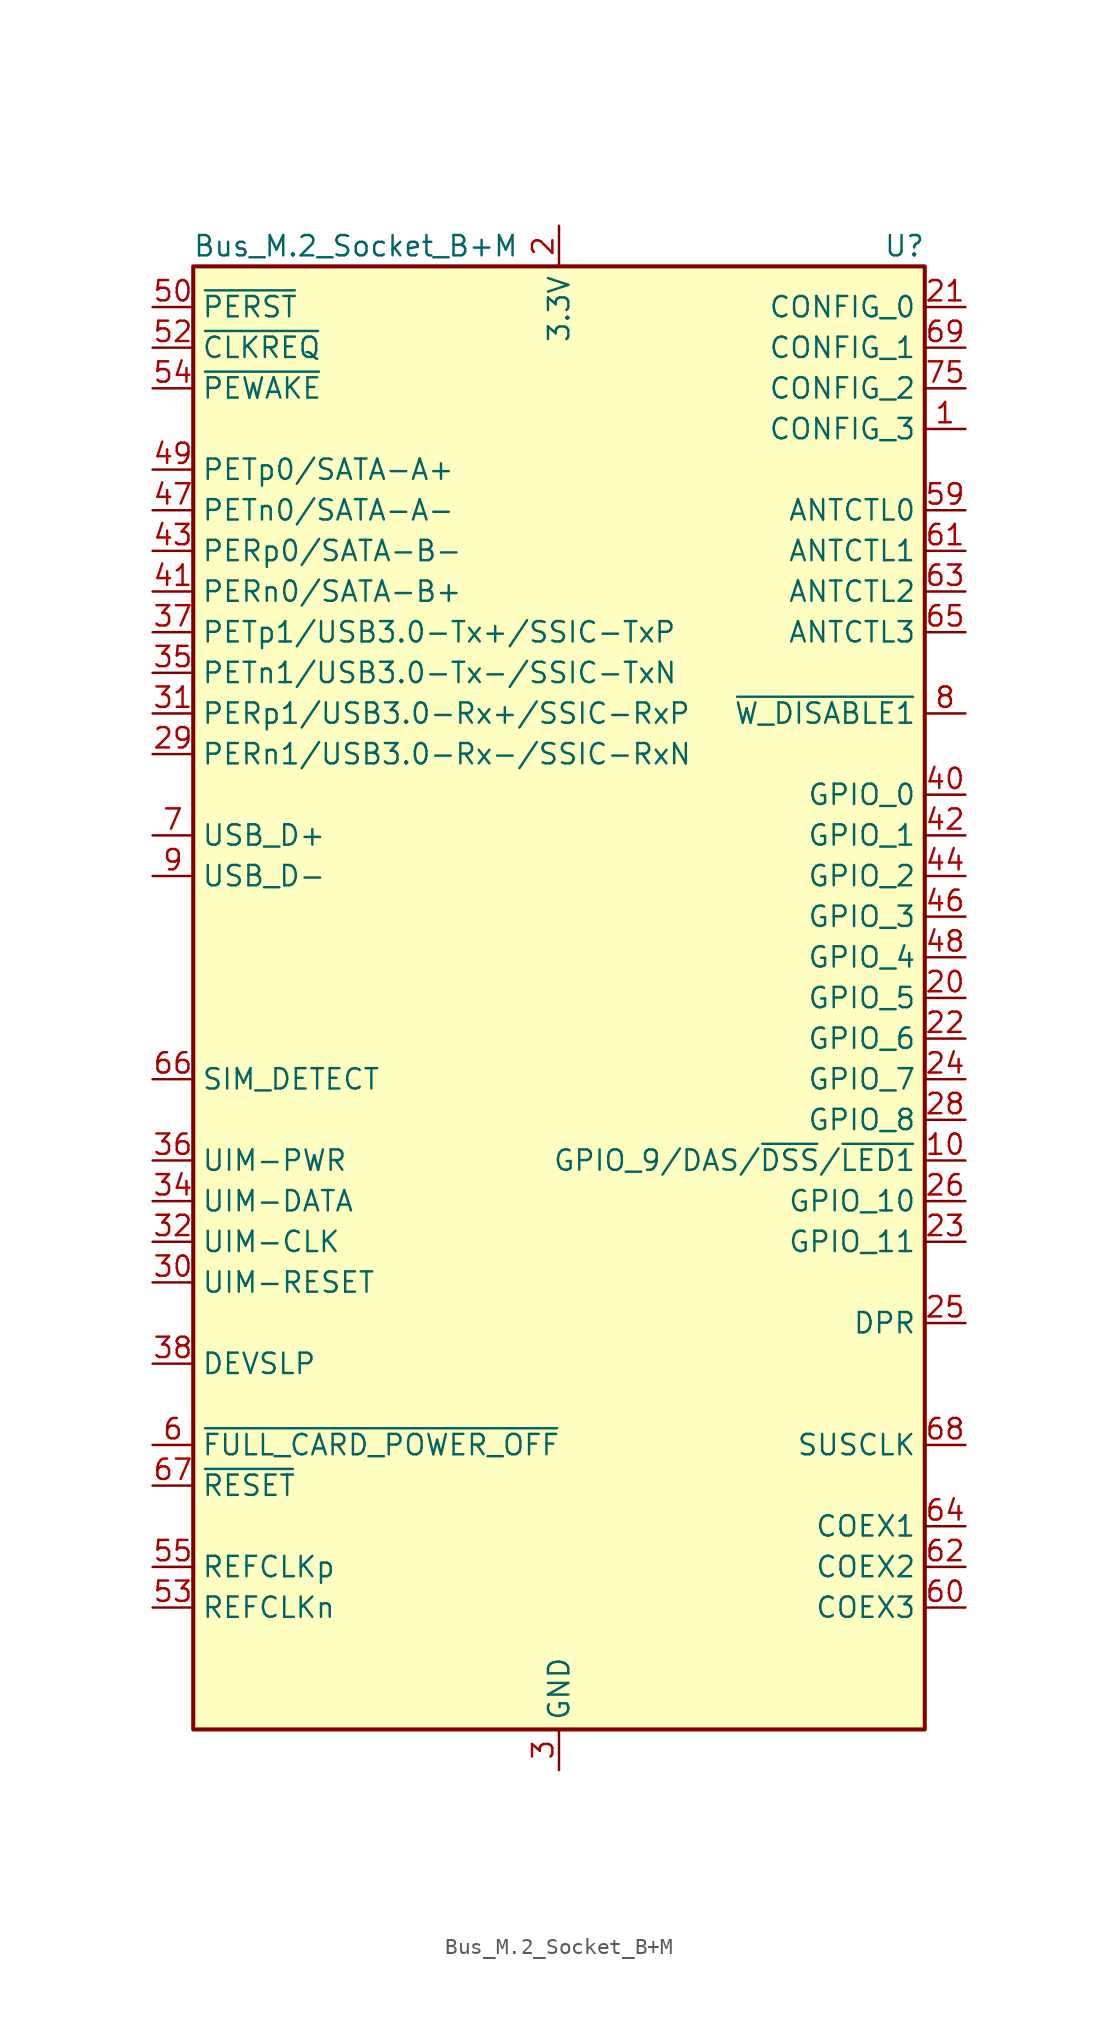
<source format=kicad_sym>
(kicad_symbol_lib
  (version 20211014)
  (generator kicad_symbol_editor)
  (symbol "Bus_M.2_Socket_B+M"
    (property "Reference" "U"
      (at 21.59 46.99 0)
      (effects (font (size 1.27 1.27))))
    (property "Value" "Bus_M.2_Socket_B+M"
      (at -12.7 46.99 0)
      (effects (font (size 1.27 1.27))))
    (symbol "Bus_M.2_Socket_B+M_0_1"
      (rectangle (start -22.86 45.72) (end 22.86 -45.72) (stroke (width 0.254) (type default) (color 0 0 0 0)) (fill (type background))))
    (symbol "Bus_M.2_Socket_B+M_1_1"
      (pin input line (at 25.4 35.56 180) (length 2.54) (name "CONFIG_3" (effects (font (size 1.27 1.27)))) (number "1" (effects (font (size 1.27 1.27)))))
      (pin bidirectional line (at 25.4 -10.16 180) (length 2.54) (name "GPIO_9/DAS/~{DSS}/~{LED1}" (effects (font (size 1.27 1.27)))) (number "10" (effects (font (size 1.27 1.27)))))
      (pin passive line (at 0 -48.26 90) (length 2.54) hide (name "GND" (effects (font (size 1.27 1.27)))) (number "11" (effects (font (size 1.27 1.27)))))
      (pin power_in line (at 0 48.26 270) (length 2.54) (name "3.3V" (effects (font (size 1.27 1.27)))) (number "2" (effects (font (size 1.27 1.27)))))
      (pin bidirectional line (at 25.4 0 180) (length 2.54) (name "GPIO_5" (effects (font (size 1.27 1.27)))) (number "20" (effects (font (size 1.27 1.27)))))
      (pin input line (at 25.4 43.18 180) (length 2.54) (name "CONFIG_0" (effects (font (size 1.27 1.27)))) (number "21" (effects (font (size 1.27 1.27)))))
      (pin bidirectional line (at 25.4 -2.54 180) (length 2.54) (name "GPIO_6" (effects (font (size 1.27 1.27)))) (number "22" (effects (font (size 1.27 1.27)))))
      (pin bidirectional line (at 25.4 -15.24 180) (length 2.54) (name "GPIO_11" (effects (font (size 1.27 1.27)))) (number "23" (effects (font (size 1.27 1.27)))))
      (pin bidirectional line (at 25.4 -5.08 180) (length 2.54) (name "GPIO_7" (effects (font (size 1.27 1.27)))) (number "24" (effects (font (size 1.27 1.27)))))
      (pin output line (at 25.4 -20.32 180) (length 2.54) (name "DPR" (effects (font (size 1.27 1.27)))) (number "25" (effects (font (size 1.27 1.27)))))
      (pin bidirectional line (at 25.4 -12.7 180) (length 2.54) (name "GPIO_10" (effects (font (size 1.27 1.27)))) (number "26" (effects (font (size 1.27 1.27)))))
      (pin passive line (at 0 -48.26 90) (length 2.54) hide (name "GND" (effects (font (size 1.27 1.27)))) (number "27" (effects (font (size 1.27 1.27)))))
      (pin bidirectional line (at 25.4 -7.62 180) (length 2.54) (name "GPIO_8" (effects (font (size 1.27 1.27)))) (number "28" (effects (font (size 1.27 1.27)))))
      (pin input line (at -25.4 15.24 0) (length 2.54) (name "PERn1/USB3.0-Rx-/SSIC-RxN" (effects (font (size 1.27 1.27)))) (number "29" (effects (font (size 1.27 1.27)))))
      (pin power_in line (at 0 -48.26 90) (length 2.54) (name "GND" (effects (font (size 1.27 1.27)))) (number "3" (effects (font (size 1.27 1.27)))))
      (pin input line (at -25.4 -17.78 0) (length 2.54) (name "UIM-RESET" (effects (font (size 1.27 1.27)))) (number "30" (effects (font (size 1.27 1.27)))))
      (pin input line (at -25.4 17.78 0) (length 2.54) (name "PERp1/USB3.0-Rx+/SSIC-RxP" (effects (font (size 1.27 1.27)))) (number "31" (effects (font (size 1.27 1.27)))))
      (pin input line (at -25.4 -15.24 0) (length 2.54) (name "UIM-CLK" (effects (font (size 1.27 1.27)))) (number "32" (effects (font (size 1.27 1.27)))))
      (pin passive line (at 0 -48.26 90) (length 2.54) hide (name "GND" (effects (font (size 1.27 1.27)))) (number "33" (effects (font (size 1.27 1.27)))))
      (pin bidirectional line (at -25.4 -12.7 0) (length 2.54) (name "UIM-DATA" (effects (font (size 1.27 1.27)))) (number "34" (effects (font (size 1.27 1.27)))))
      (pin output line (at -25.4 20.32 0) (length 2.54) (name "PETn1/USB3.0-Tx-/SSIC-TxN" (effects (font (size 1.27 1.27)))) (number "35" (effects (font (size 1.27 1.27)))))
      (pin input line (at -25.4 -10.16 0) (length 2.54) (name "UIM-PWR" (effects (font (size 1.27 1.27)))) (number "36" (effects (font (size 1.27 1.27)))))
      (pin output line (at -25.4 22.86 0) (length 2.54) (name "PETp1/USB3.0-Tx+/SSIC-TxP" (effects (font (size 1.27 1.27)))) (number "37" (effects (font (size 1.27 1.27)))))
      (pin output line (at -25.4 -22.86 0) (length 2.54) (name "DEVSLP" (effects (font (size 1.27 1.27)))) (number "38" (effects (font (size 1.27 1.27)))))
      (pin passive line (at 0 -48.26 90) (length 2.54) hide (name "GND" (effects (font (size 1.27 1.27)))) (number "39" (effects (font (size 1.27 1.27)))))
      (pin passive line (at 0 48.26 270) (length 2.54) hide (name "3.3V" (effects (font (size 1.27 1.27)))) (number "4" (effects (font (size 1.27 1.27)))))
      (pin bidirectional line (at 25.4 12.7 180) (length 2.54) (name "GPIO_0" (effects (font (size 1.27 1.27)))) (number "40" (effects (font (size 1.27 1.27)))))
      (pin input line (at -25.4 25.4 0) (length 2.54) (name "PERn0/SATA-B+" (effects (font (size 1.27 1.27)))) (number "41" (effects (font (size 1.27 1.27)))))
      (pin bidirectional line (at 25.4 10.16 180) (length 2.54) (name "GPIO_1" (effects (font (size 1.27 1.27)))) (number "42" (effects (font (size 1.27 1.27)))))
      (pin input line (at -25.4 27.94 0) (length 2.54) (name "PERp0/SATA-B-" (effects (font (size 1.27 1.27)))) (number "43" (effects (font (size 1.27 1.27)))))
      (pin bidirectional line (at 25.4 7.62 180) (length 2.54) (name "GPIO_2" (effects (font (size 1.27 1.27)))) (number "44" (effects (font (size 1.27 1.27)))))
      (pin passive line (at 0 -48.26 90) (length 2.54) hide (name "GND" (effects (font (size 1.27 1.27)))) (number "45" (effects (font (size 1.27 1.27)))))
      (pin bidirectional line (at 25.4 5.08 180) (length 2.54) (name "GPIO_3" (effects (font (size 1.27 1.27)))) (number "46" (effects (font (size 1.27 1.27)))))
      (pin output line (at -25.4 30.48 0) (length 2.54) (name "PETn0/SATA-A-" (effects (font (size 1.27 1.27)))) (number "47" (effects (font (size 1.27 1.27)))))
      (pin bidirectional line (at 25.4 2.54 180) (length 2.54) (name "GPIO_4" (effects (font (size 1.27 1.27)))) (number "48" (effects (font (size 1.27 1.27)))))
      (pin output line (at -25.4 33.02 0) (length 2.54) (name "PETp0/SATA-A+" (effects (font (size 1.27 1.27)))) (number "49" (effects (font (size 1.27 1.27)))))
      (pin passive line (at 0 -48.26 90) (length 2.54) hide (name "GND" (effects (font (size 1.27 1.27)))) (number "5" (effects (font (size 1.27 1.27)))))
      (pin output line (at -25.4 43.18 0) (length 2.54) (name "~{PERST}" (effects (font (size 1.27 1.27)))) (number "50" (effects (font (size 1.27 1.27)))))
      (pin passive line (at 0 -48.26 90) (length 2.54) hide (name "GND" (effects (font (size 1.27 1.27)))) (number "51" (effects (font (size 1.27 1.27)))))
      (pin bidirectional line (at -25.4 40.64 0) (length 2.54) (name "~{CLKREQ}" (effects (font (size 1.27 1.27)))) (number "52" (effects (font (size 1.27 1.27)))))
      (pin output line (at -25.4 -38.1 0) (length 2.54) (name "REFCLKn" (effects (font (size 1.27 1.27)))) (number "53" (effects (font (size 1.27 1.27)))))
      (pin bidirectional line (at -25.4 38.1 0) (length 2.54) (name "~{PEWAKE}" (effects (font (size 1.27 1.27)))) (number "54" (effects (font (size 1.27 1.27)))))
      (pin output line (at -25.4 -35.56 0) (length 2.54) (name "REFCLKp" (effects (font (size 1.27 1.27)))) (number "55" (effects (font (size 1.27 1.27)))))
      (pin no_connect line (at 22.86 -43.18 180) (length 2.54) hide (name "NC" (effects (font (size 1.27 1.27)))) (number "56" (effects (font (size 1.27 1.27)))))
      (pin passive line (at 0 -48.26 90) (length 2.54) hide (name "GND" (effects (font (size 1.27 1.27)))) (number "57" (effects (font (size 1.27 1.27)))))
      (pin no_connect line (at 22.86 -40.64 180) (length 2.54) hide (name "NC" (effects (font (size 1.27 1.27)))) (number "58" (effects (font (size 1.27 1.27)))))
      (pin input line (at 25.4 30.48 180) (length 2.54) (name "ANTCTL0" (effects (font (size 1.27 1.27)))) (number "59" (effects (font (size 1.27 1.27)))))
      (pin output line (at -25.4 -27.94 0) (length 2.54) (name "~{FULL_CARD_POWER_OFF}" (effects (font (size 1.27 1.27)))) (number "6" (effects (font (size 1.27 1.27)))))
      (pin bidirectional line (at 25.4 -38.1 180) (length 2.54) (name "COEX3" (effects (font (size 1.27 1.27)))) (number "60" (effects (font (size 1.27 1.27)))))
      (pin input line (at 25.4 27.94 180) (length 2.54) (name "ANTCTL1" (effects (font (size 1.27 1.27)))) (number "61" (effects (font (size 1.27 1.27)))))
      (pin bidirectional line (at 25.4 -35.56 180) (length 2.54) (name "COEX2" (effects (font (size 1.27 1.27)))) (number "62" (effects (font (size 1.27 1.27)))))
      (pin input line (at 25.4 25.4 180) (length 2.54) (name "ANTCTL2" (effects (font (size 1.27 1.27)))) (number "63" (effects (font (size 1.27 1.27)))))
      (pin bidirectional line (at 25.4 -33.02 180) (length 2.54) (name "COEX1" (effects (font (size 1.27 1.27)))) (number "64" (effects (font (size 1.27 1.27)))))
      (pin input line (at 25.4 22.86 180) (length 2.54) (name "ANTCTL3" (effects (font (size 1.27 1.27)))) (number "65" (effects (font (size 1.27 1.27)))))
      (pin output line (at -25.4 -5.08 0) (length 2.54) (name "SIM_DETECT" (effects (font (size 1.27 1.27)))) (number "66" (effects (font (size 1.27 1.27)))))
      (pin output line (at -25.4 -30.48 0) (length 2.54) (name "~{RESET}" (effects (font (size 1.27 1.27)))) (number "67" (effects (font (size 1.27 1.27)))))
      (pin output line (at 25.4 -27.94 180) (length 2.54) (name "SUSCLK" (effects (font (size 1.27 1.27)))) (number "68" (effects (font (size 1.27 1.27)))))
      (pin input line (at 25.4 40.64 180) (length 2.54) (name "CONFIG_1" (effects (font (size 1.27 1.27)))) (number "69" (effects (font (size 1.27 1.27)))))
      (pin bidirectional line (at -25.4 10.16 0) (length 2.54) (name "USB_D+" (effects (font (size 1.27 1.27)))) (number "7" (effects (font (size 1.27 1.27)))))
      (pin passive line (at 0 48.26 270) (length 2.54) hide (name "3.3V" (effects (font (size 1.27 1.27)))) (number "70" (effects (font (size 1.27 1.27)))))
      (pin passive line (at 0 -48.26 90) (length 2.54) hide (name "GND" (effects (font (size 1.27 1.27)))) (number "71" (effects (font (size 1.27 1.27)))))
      (pin passive line (at 0 48.26 270) (length 2.54) hide (name "3.3V" (effects (font (size 1.27 1.27)))) (number "72" (effects (font (size 1.27 1.27)))))
      (pin passive line (at 0 -48.26 90) (length 2.54) hide (name "GND" (effects (font (size 1.27 1.27)))) (number "73" (effects (font (size 1.27 1.27)))))
      (pin passive line (at 0 48.26 270) (length 2.54) hide (name "3.3V" (effects (font (size 1.27 1.27)))) (number "74" (effects (font (size 1.27 1.27)))))
      (pin input line (at 25.4 38.1 180) (length 2.54) (name "CONFIG_2" (effects (font (size 1.27 1.27)))) (number "75" (effects (font (size 1.27 1.27)))))
      (pin output line (at 25.4 17.78 180) (length 2.54) (name "~{W_DISABLE1}" (effects (font (size 1.27 1.27)))) (number "8" (effects (font (size 1.27 1.27)))))
      (pin bidirectional line (at -25.4 7.62 0) (length 2.54) (name "USB_D-" (effects (font (size 1.27 1.27)))) (number "9" (effects (font (size 1.27 1.27))))))))
</source>
